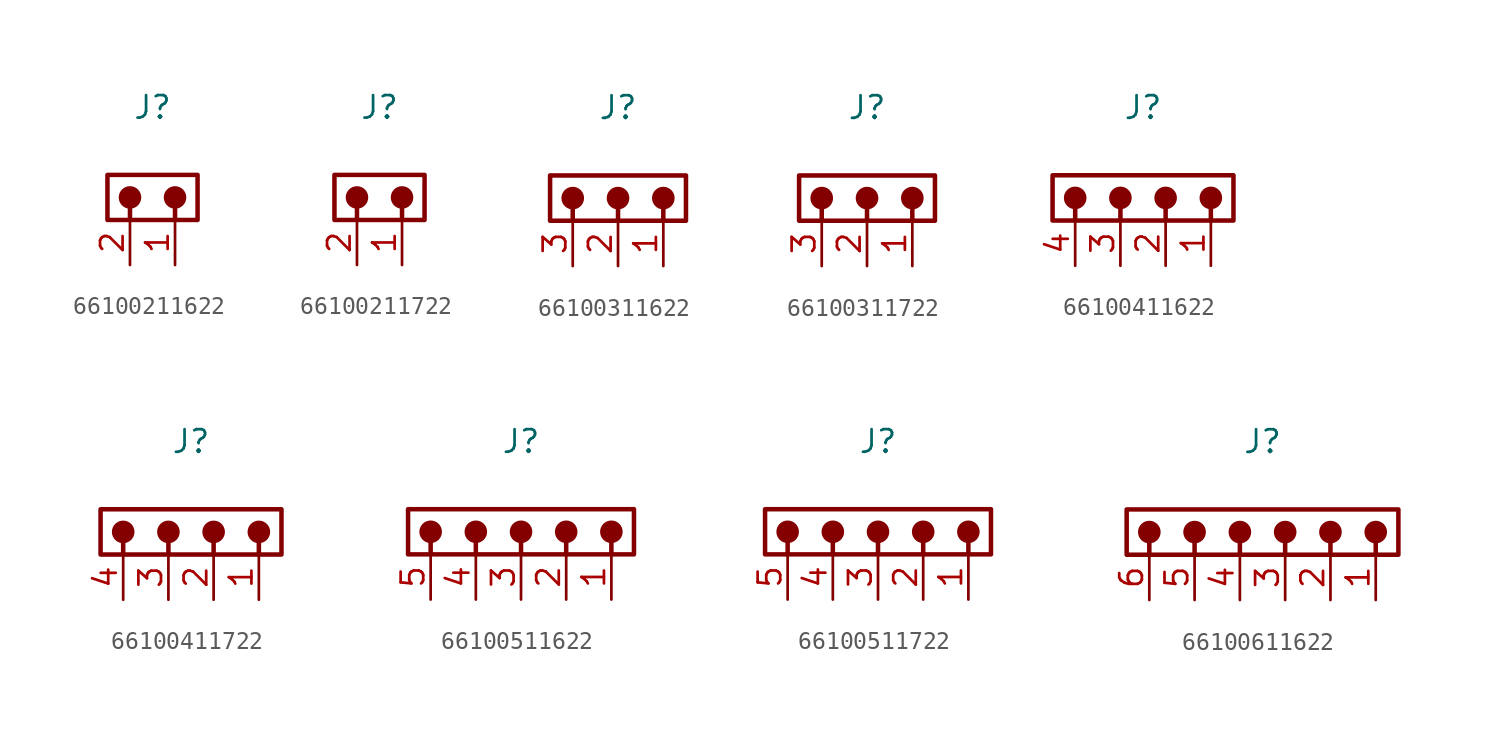
<source format=kicad_sym>
(kicad_symbol_lib
  (version 20241209)
  (generator "kicad_symbol_editor")
  (generator_version "9.0")
  (symbol "66100211622"
    (pin_names
      (hide yes))
    (property "Reference" "J"
      (at 0 5.08 0)
      (effects (font (size 1.27 1.27))))
    (symbol "66100211622_1_1"
      (circle (center -1.27 0) (radius 0.508) (stroke (width 0.254) (type solid)) (fill (type outline)))
      (polyline (pts (xy -1.27 -0.508) (xy -1.27 -1.27)) (stroke (width 0.254) (type solid)) (fill (type none)))
      (circle (center 1.27 0) (radius 0.508) (stroke (width 0.254) (type solid)) (fill (type outline)))
      (polyline (pts (xy 1.27 -0.508) (xy 1.27 -1.27)) (stroke (width 0.254) (type solid)) (fill (type none)))
      (rectangle (start 2.54 1.27) (end -2.54 -1.27) (stroke (width 0.254) (type solid)) (fill (type none)))
      (pin passive line (at -1.27 -3.81 90) (length 2.54) (name "2" (effects (font (size 1.27 1.27)))) (number "2" (effects (font (size 1.27 1.27)))))
      (pin passive line (at 1.27 -3.81 90) (length 2.54) (name "1" (effects (font (size 1.27 1.27)))) (number "1" (effects (font (size 1.27 1.27)))))))
  (symbol "66100211722"
    (pin_names
      (hide yes))
    (property "Reference" "J"
      (at 0 5.08 0)
      (effects (font (size 1.27 1.27))))
    (symbol "66100211722_1_1"
      (circle (center -1.27 0) (radius 0.508) (stroke (width 0.254) (type solid)) (fill (type outline)))
      (polyline (pts (xy -1.27 -0.508) (xy -1.27 -1.27)) (stroke (width 0.254) (type solid)) (fill (type none)))
      (circle (center 1.27 0) (radius 0.508) (stroke (width 0.254) (type solid)) (fill (type outline)))
      (polyline (pts (xy 1.27 -0.508) (xy 1.27 -1.27)) (stroke (width 0.254) (type solid)) (fill (type none)))
      (rectangle (start 2.54 1.27) (end -2.54 -1.27) (stroke (width 0.254) (type solid)) (fill (type none)))
      (pin passive line (at -1.27 -3.81 90) (length 2.54) (name "2" (effects (font (size 1.27 1.27)))) (number "2" (effects (font (size 1.27 1.27)))))
      (pin passive line (at 1.27 -3.81 90) (length 2.54) (name "1" (effects (font (size 1.27 1.27)))) (number "1" (effects (font (size 1.27 1.27)))))))
  (symbol "66100311622"
    (pin_names
      (hide yes))
    (property "Reference" "J"
      (at 0 5.08 0)
      (effects (font (size 1.27 1.27))))
    (symbol "66100311622_1_1"
      (rectangle (start -3.81 1.27) (end 3.81 -1.27) (stroke (width 0.254) (type solid)) (fill (type none)))
      (circle (center -2.54 0) (radius 0.508) (stroke (width 0.254) (type solid)) (fill (type outline)))
      (polyline (pts (xy -2.54 -0.508) (xy -2.54 -1.27)) (stroke (width 0.254) (type solid)) (fill (type none)))
      (circle (center 0 0) (radius 0.508) (stroke (width 0.254) (type solid)) (fill (type outline)))
      (polyline (pts (xy 0 -0.508) (xy 0 -1.27)) (stroke (width 0.254) (type solid)) (fill (type none)))
      (circle (center 2.54 0) (radius 0.508) (stroke (width 0.254) (type solid)) (fill (type outline)))
      (polyline (pts (xy 2.54 -0.508) (xy 2.54 -1.27)) (stroke (width 0.254) (type solid)) (fill (type none)))
      (pin passive line (at -2.54 -3.81 90) (length 2.54) (name "3" (effects (font (size 1.27 1.27)))) (number "3" (effects (font (size 1.27 1.27)))))
      (pin passive line (at 0 -3.81 90) (length 2.54) (name "2" (effects (font (size 1.27 1.27)))) (number "2" (effects (font (size 1.27 1.27)))))
      (pin passive line (at 2.54 -3.81 90) (length 2.54) (name "1" (effects (font (size 1.27 1.27)))) (number "1" (effects (font (size 1.27 1.27)))))))
  (symbol "66100311722"
    (pin_names
      (hide yes))
    (property "Reference" "J"
      (at 0 5.08 0)
      (effects (font (size 1.27 1.27))))
    (symbol "66100311722_1_1"
      (rectangle (start -3.81 1.27) (end 3.81 -1.27) (stroke (width 0.254) (type solid)) (fill (type none)))
      (circle (center -2.54 0) (radius 0.508) (stroke (width 0.254) (type solid)) (fill (type outline)))
      (polyline (pts (xy -2.54 -0.508) (xy -2.54 -1.27)) (stroke (width 0.254) (type solid)) (fill (type none)))
      (circle (center 0 0) (radius 0.508) (stroke (width 0.254) (type solid)) (fill (type outline)))
      (polyline (pts (xy 0 -0.508) (xy 0 -1.27)) (stroke (width 0.254) (type solid)) (fill (type none)))
      (circle (center 2.54 0) (radius 0.508) (stroke (width 0.254) (type solid)) (fill (type outline)))
      (polyline (pts (xy 2.54 -0.508) (xy 2.54 -1.27)) (stroke (width 0.254) (type solid)) (fill (type none)))
      (pin passive line (at -2.54 -3.81 90) (length 2.54) (name "3" (effects (font (size 1.27 1.27)))) (number "3" (effects (font (size 1.27 1.27)))))
      (pin passive line (at 0 -3.81 90) (length 2.54) (name "2" (effects (font (size 1.27 1.27)))) (number "2" (effects (font (size 1.27 1.27)))))
      (pin passive line (at 2.54 -3.81 90) (length 2.54) (name "1" (effects (font (size 1.27 1.27)))) (number "1" (effects (font (size 1.27 1.27)))))))
  (symbol "66100411622"
    (pin_names
      (hide yes))
    (property "Reference" "J"
      (at 0 5.08 0)
      (effects (font (size 1.27 1.27))))
    (symbol "66100411622_1_1"
      (rectangle (start -5.08 1.27) (end 5.08 -1.27) (stroke (width 0.254) (type solid)) (fill (type none)))
      (circle (center -3.81 0) (radius 0.508) (stroke (width 0.254) (type solid)) (fill (type outline)))
      (polyline (pts (xy -3.81 -0.508) (xy -3.81 -1.27)) (stroke (width 0.254) (type solid)) (fill (type none)))
      (circle (center -1.27 0) (radius 0.508) (stroke (width 0.254) (type solid)) (fill (type outline)))
      (polyline (pts (xy -1.27 -0.508) (xy -1.27 -1.27)) (stroke (width 0.254) (type solid)) (fill (type none)))
      (circle (center 1.27 0) (radius 0.508) (stroke (width 0.254) (type solid)) (fill (type outline)))
      (polyline (pts (xy 1.27 -0.508) (xy 1.27 -1.27)) (stroke (width 0.254) (type solid)) (fill (type none)))
      (circle (center 3.81 0) (radius 0.508) (stroke (width 0.254) (type solid)) (fill (type outline)))
      (polyline (pts (xy 3.81 -0.508) (xy 3.81 -1.27)) (stroke (width 0.254) (type solid)) (fill (type none)))
      (pin passive line (at -3.81 -3.81 90) (length 2.54) (name "4" (effects (font (size 1.27 1.27)))) (number "4" (effects (font (size 1.27 1.27)))))
      (pin passive line (at -1.27 -3.81 90) (length 2.54) (name "3" (effects (font (size 1.27 1.27)))) (number "3" (effects (font (size 1.27 1.27)))))
      (pin passive line (at 1.27 -3.81 90) (length 2.54) (name "2" (effects (font (size 1.27 1.27)))) (number "2" (effects (font (size 1.27 1.27)))))
      (pin passive line (at 3.81 -3.81 90) (length 2.54) (name "1" (effects (font (size 1.27 1.27)))) (number "1" (effects (font (size 1.27 1.27)))))))
  (symbol "66100411722"
    (pin_names
      (hide yes))
    (property "Reference" "J"
      (at 0 5.08 0)
      (effects (font (size 1.27 1.27))))
    (symbol "66100411722_1_1"
      (rectangle (start -5.08 1.27) (end 5.08 -1.27) (stroke (width 0.254) (type solid)) (fill (type none)))
      (circle (center -3.81 0) (radius 0.508) (stroke (width 0.254) (type solid)) (fill (type outline)))
      (polyline (pts (xy -3.81 -0.508) (xy -3.81 -1.27)) (stroke (width 0.254) (type solid)) (fill (type none)))
      (circle (center -1.27 0) (radius 0.508) (stroke (width 0.254) (type solid)) (fill (type outline)))
      (polyline (pts (xy -1.27 -0.508) (xy -1.27 -1.27)) (stroke (width 0.254) (type solid)) (fill (type none)))
      (circle (center 1.27 0) (radius 0.508) (stroke (width 0.254) (type solid)) (fill (type outline)))
      (polyline (pts (xy 1.27 -0.508) (xy 1.27 -1.27)) (stroke (width 0.254) (type solid)) (fill (type none)))
      (circle (center 3.81 0) (radius 0.508) (stroke (width 0.254) (type solid)) (fill (type outline)))
      (polyline (pts (xy 3.81 -0.508) (xy 3.81 -1.27)) (stroke (width 0.254) (type solid)) (fill (type none)))
      (pin passive line (at -3.81 -3.81 90) (length 2.54) (name "4" (effects (font (size 1.27 1.27)))) (number "4" (effects (font (size 1.27 1.27)))))
      (pin passive line (at -1.27 -3.81 90) (length 2.54) (name "3" (effects (font (size 1.27 1.27)))) (number "3" (effects (font (size 1.27 1.27)))))
      (pin passive line (at 1.27 -3.81 90) (length 2.54) (name "2" (effects (font (size 1.27 1.27)))) (number "2" (effects (font (size 1.27 1.27)))))
      (pin passive line (at 3.81 -3.81 90) (length 2.54) (name "1" (effects (font (size 1.27 1.27)))) (number "1" (effects (font (size 1.27 1.27)))))))
  (symbol "66100511622"
    (pin_names
      (hide yes))
    (property "Reference" "J"
      (at 0 5.08 0)
      (effects (font (size 1.27 1.27))))
    (symbol "66100511622_1_1"
      (rectangle (start -6.35 1.27) (end 6.35 -1.27) (stroke (width 0.254) (type solid)) (fill (type none)))
      (circle (center -5.08 0) (radius 0.508) (stroke (width 0.254) (type solid)) (fill (type outline)))
      (polyline (pts (xy -5.08 -0.508) (xy -5.08 -1.27)) (stroke (width 0.254) (type solid)) (fill (type none)))
      (circle (center -2.54 0) (radius 0.508) (stroke (width 0.254) (type solid)) (fill (type outline)))
      (polyline (pts (xy -2.54 -0.508) (xy -2.54 -1.27)) (stroke (width 0.254) (type solid)) (fill (type none)))
      (circle (center 0 0) (radius 0.508) (stroke (width 0.254) (type solid)) (fill (type outline)))
      (polyline (pts (xy 0 -0.508) (xy 0 -1.27)) (stroke (width 0.254) (type solid)) (fill (type none)))
      (circle (center 2.54 0) (radius 0.508) (stroke (width 0.254) (type solid)) (fill (type outline)))
      (polyline (pts (xy 2.54 -0.508) (xy 2.54 -1.27)) (stroke (width 0.254) (type solid)) (fill (type none)))
      (circle (center 5.08 0) (radius 0.508) (stroke (width 0.254) (type solid)) (fill (type outline)))
      (polyline (pts (xy 5.08 -0.508) (xy 5.08 -1.27)) (stroke (width 0.254) (type solid)) (fill (type none)))
      (pin passive line (at -5.08 -3.81 90) (length 2.54) (name "5" (effects (font (size 1.27 1.27)))) (number "5" (effects (font (size 1.27 1.27)))))
      (pin passive line (at -2.54 -3.81 90) (length 2.54) (name "4" (effects (font (size 1.27 1.27)))) (number "4" (effects (font (size 1.27 1.27)))))
      (pin passive line (at 0 -3.81 90) (length 2.54) (name "3" (effects (font (size 1.27 1.27)))) (number "3" (effects (font (size 1.27 1.27)))))
      (pin passive line (at 2.54 -3.81 90) (length 2.54) (name "2" (effects (font (size 1.27 1.27)))) (number "2" (effects (font (size 1.27 1.27)))))
      (pin passive line (at 5.08 -3.81 90) (length 2.54) (name "1" (effects (font (size 1.27 1.27)))) (number "1" (effects (font (size 1.27 1.27)))))))
  (symbol "66100511722"
    (pin_names
      (hide yes))
    (property "Reference" "J"
      (at 0 5.08 0)
      (effects (font (size 1.27 1.27))))
    (symbol "66100511722_1_1"
      (rectangle (start -6.35 1.27) (end 6.35 -1.27) (stroke (width 0.254) (type solid)) (fill (type none)))
      (circle (center -5.08 0) (radius 0.508) (stroke (width 0.254) (type solid)) (fill (type outline)))
      (polyline (pts (xy -5.08 -0.508) (xy -5.08 -1.27)) (stroke (width 0.254) (type solid)) (fill (type none)))
      (circle (center -2.54 0) (radius 0.508) (stroke (width 0.254) (type solid)) (fill (type outline)))
      (polyline (pts (xy -2.54 -0.508) (xy -2.54 -1.27)) (stroke (width 0.254) (type solid)) (fill (type none)))
      (circle (center 0 0) (radius 0.508) (stroke (width 0.254) (type solid)) (fill (type outline)))
      (polyline (pts (xy 0 -0.508) (xy 0 -1.27)) (stroke (width 0.254) (type solid)) (fill (type none)))
      (circle (center 2.54 0) (radius 0.508) (stroke (width 0.254) (type solid)) (fill (type outline)))
      (polyline (pts (xy 2.54 -0.508) (xy 2.54 -1.27)) (stroke (width 0.254) (type solid)) (fill (type none)))
      (circle (center 5.08 0) (radius 0.508) (stroke (width 0.254) (type solid)) (fill (type outline)))
      (polyline (pts (xy 5.08 -0.508) (xy 5.08 -1.27)) (stroke (width 0.254) (type solid)) (fill (type none)))
      (pin passive line (at -5.08 -3.81 90) (length 2.54) (name "5" (effects (font (size 1.27 1.27)))) (number "5" (effects (font (size 1.27 1.27)))))
      (pin passive line (at -2.54 -3.81 90) (length 2.54) (name "4" (effects (font (size 1.27 1.27)))) (number "4" (effects (font (size 1.27 1.27)))))
      (pin passive line (at 0 -3.81 90) (length 2.54) (name "3" (effects (font (size 1.27 1.27)))) (number "3" (effects (font (size 1.27 1.27)))))
      (pin passive line (at 2.54 -3.81 90) (length 2.54) (name "2" (effects (font (size 1.27 1.27)))) (number "2" (effects (font (size 1.27 1.27)))))
      (pin passive line (at 5.08 -3.81 90) (length 2.54) (name "1" (effects (font (size 1.27 1.27)))) (number "1" (effects (font (size 1.27 1.27)))))))
  (symbol "66100611622"
    (pin_names
      (hide yes))
    (property "Reference" "J"
      (at 0 5.08 0)
      (effects (font (size 1.27 1.27))))
    (symbol "66100611622_1_1"
      (rectangle (start -7.62 1.27) (end 7.62 -1.27) (stroke (width 0.254) (type solid)) (fill (type none)))
      (circle (center -6.35 0) (radius 0.508) (stroke (width 0.254) (type solid)) (fill (type outline)))
      (polyline (pts (xy -6.35 -0.508) (xy -6.35 -1.27)) (stroke (width 0.254) (type solid)) (fill (type none)))
      (circle (center -3.81 0) (radius 0.508) (stroke (width 0.254) (type solid)) (fill (type outline)))
      (polyline (pts (xy -3.81 -0.508) (xy -3.81 -1.27)) (stroke (width 0.254) (type solid)) (fill (type none)))
      (circle (center -1.27 0) (radius 0.508) (stroke (width 0.254) (type solid)) (fill (type outline)))
      (polyline (pts (xy -1.27 -0.508) (xy -1.27 -1.27)) (stroke (width 0.254) (type solid)) (fill (type none)))
      (circle (center 1.27 0) (radius 0.508) (stroke (width 0.254) (type solid)) (fill (type outline)))
      (polyline (pts (xy 1.27 -0.508) (xy 1.27 -1.27)) (stroke (width 0.254) (type solid)) (fill (type none)))
      (circle (center 3.81 0) (radius 0.508) (stroke (width 0.254) (type solid)) (fill (type outline)))
      (polyline (pts (xy 3.81 -0.508) (xy 3.81 -1.27)) (stroke (width 0.254) (type solid)) (fill (type none)))
      (circle (center 6.35 0) (radius 0.508) (stroke (width 0.254) (type solid)) (fill (type outline)))
      (polyline (pts (xy 6.35 -0.508) (xy 6.35 -1.27)) (stroke (width 0.254) (type solid)) (fill (type none)))
      (pin passive line (at -6.35 -3.81 90) (length 2.54) (name "6" (effects (font (size 1.27 1.27)))) (number "6" (effects (font (size 1.27 1.27)))))
      (pin passive line (at -3.81 -3.81 90) (length 2.54) (name "5" (effects (font (size 1.27 1.27)))) (number "5" (effects (font (size 1.27 1.27)))))
      (pin passive line (at -1.27 -3.81 90) (length 2.54) (name "4" (effects (font (size 1.27 1.27)))) (number "4" (effects (font (size 1.27 1.27)))))
      (pin passive line (at 1.27 -3.81 90) (length 2.54) (name "3" (effects (font (size 1.27 1.27)))) (number "3" (effects (font (size 1.27 1.27)))))
      (pin passive line (at 3.81 -3.81 90) (length 2.54) (name "2" (effects (font (size 1.27 1.27)))) (number "2" (effects (font (size 1.27 1.27)))))
      (pin passive line (at 6.35 -3.81 90) (length 2.54) (name "1" (effects (font (size 1.27 1.27)))) (number "1" (effects (font (size 1.27 1.27))))))))
</source>
